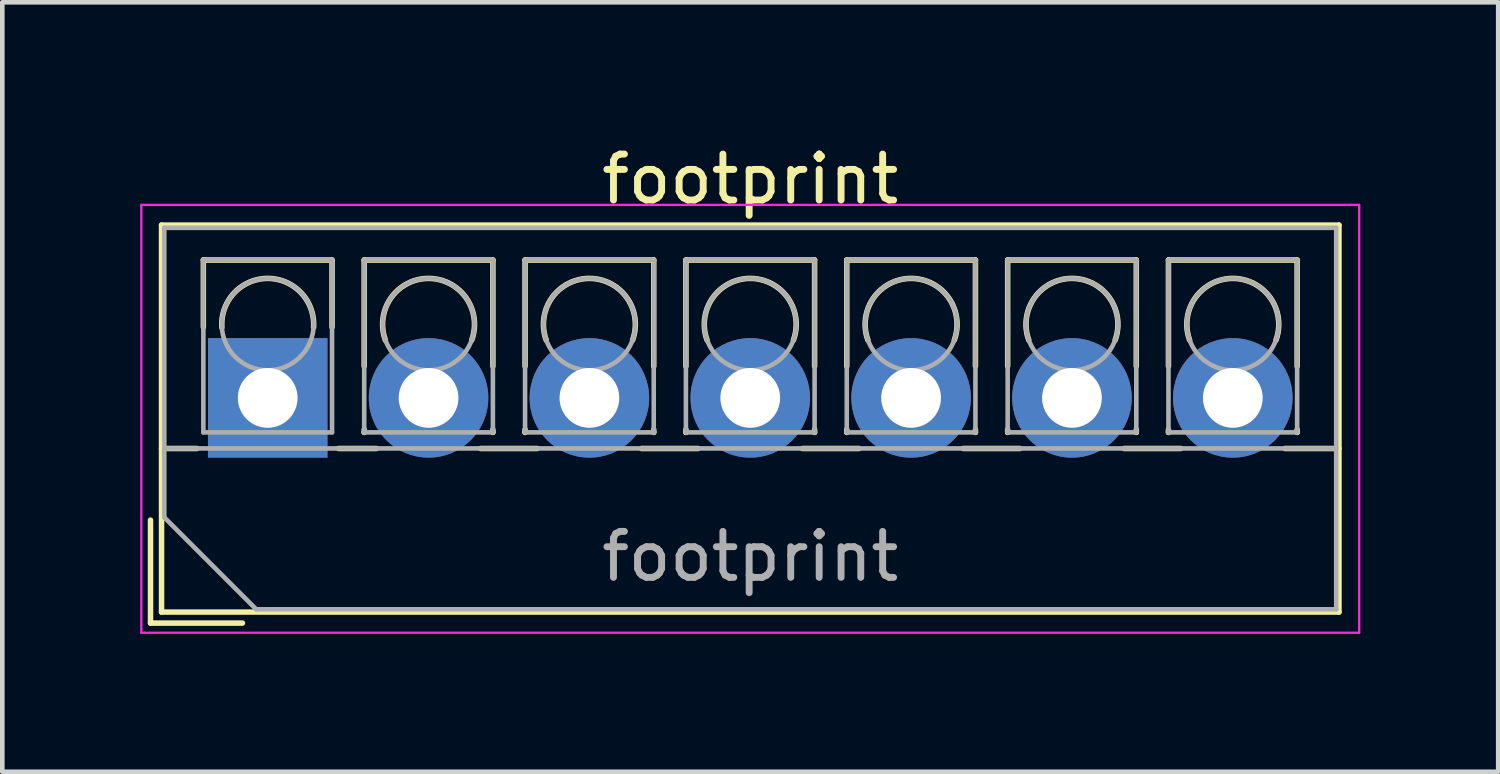
<source format=kicad_pcb>
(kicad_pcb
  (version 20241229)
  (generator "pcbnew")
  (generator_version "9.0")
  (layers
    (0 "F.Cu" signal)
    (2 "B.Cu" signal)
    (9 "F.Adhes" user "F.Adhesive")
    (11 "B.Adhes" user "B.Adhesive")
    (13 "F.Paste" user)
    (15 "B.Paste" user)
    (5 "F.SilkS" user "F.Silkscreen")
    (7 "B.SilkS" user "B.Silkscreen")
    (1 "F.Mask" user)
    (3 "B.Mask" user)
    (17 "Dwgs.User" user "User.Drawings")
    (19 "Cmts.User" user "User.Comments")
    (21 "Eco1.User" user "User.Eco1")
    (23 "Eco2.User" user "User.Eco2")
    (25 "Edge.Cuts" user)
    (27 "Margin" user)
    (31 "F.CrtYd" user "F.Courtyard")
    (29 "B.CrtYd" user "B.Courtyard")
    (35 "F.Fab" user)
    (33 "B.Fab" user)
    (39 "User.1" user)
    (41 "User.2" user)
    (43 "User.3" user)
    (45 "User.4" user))
  (footprint "footprint"
    (layer "F.Cu")
    (at 2.775 5.608)
    (property "Reference" "footprint" (at 10.5 -4.76 0) (layer "F.SilkS") (effects (font (size 1 1) (thickness 0.15))))
    (attr through_hole)
    (fp_line (start -2.55 2.66) (end -2.55 4.9) (stroke (width 0.12) (type solid)) (layer "F.SilkS"))
    (fp_line (start -2.55 4.9) (end -0.55 4.9) (stroke (width 0.12) (type solid)) (layer "F.SilkS"))
    (fp_line (start -2.31 -3.76) (end -2.31 4.66) (stroke (width 0.12) (type solid)) (layer "F.SilkS"))
    (fp_line (start -2.31 -3.76) (end 23.31 -3.76) (stroke (width 0.12) (type solid)) (layer "F.SilkS"))
    (fp_line (start -2.31 1.101) (end -1.54 1.101) (stroke (width 0.12) (type solid)) (layer "F.SilkS"))
    (fp_line (start -2.31 4.66) (end 23.31 4.66) (stroke (width 0.12) (type solid)) (layer "F.SilkS"))
    (fp_line (start -1.4 -3) (end -1.4 -1.54) (stroke (width 0.12) (type solid)) (layer "F.SilkS"))
    (fp_line (start -1.4 -3) (end 1.4 -3) (stroke (width 0.12) (type solid)) (layer "F.SilkS"))
    (fp_line (start 1.4 -3) (end 1.4 -1.54) (stroke (width 0.12) (type solid)) (layer "F.SilkS"))
    (fp_line (start 1.54 1.101) (end 2.367 1.101) (stroke (width 0.12) (type solid)) (layer "F.SilkS"))
    (fp_line (start 2.1 -3) (end 2.1 -0.689) (stroke (width 0.12) (type solid)) (layer "F.SilkS"))
    (fp_line (start 2.1 -3) (end 4.9 -3) (stroke (width 0.12) (type solid)) (layer "F.SilkS"))
    (fp_line (start 2.1 0.689) (end 2.1 0.75) (stroke (width 0.12) (type solid)) (layer "F.SilkS"))
    (fp_line (start 2.1 0.75) (end 2.101 0.75) (stroke (width 0.12) (type solid)) (layer "F.SilkS"))
    (fp_line (start 4.634 1.101) (end 5.867 1.101) (stroke (width 0.12) (type solid)) (layer "F.SilkS"))
    (fp_line (start 4.9 -3) (end 4.9 -0.689) (stroke (width 0.12) (type solid)) (layer "F.SilkS"))
    (fp_line (start 4.9 0.689) (end 4.9 0.75) (stroke (width 0.12) (type solid)) (layer "F.SilkS"))
    (fp_line (start 4.9 0.75) (end 4.9 0.75) (stroke (width 0.12) (type solid)) (layer "F.SilkS"))
    (fp_line (start 5.6 -3) (end 5.6 -0.689) (stroke (width 0.12) (type solid)) (layer "F.SilkS"))
    (fp_line (start 5.6 -3) (end 8.4 -3) (stroke (width 0.12) (type solid)) (layer "F.SilkS"))
    (fp_line (start 5.6 0.689) (end 5.6 0.75) (stroke (width 0.12) (type solid)) (layer "F.SilkS"))
    (fp_line (start 5.6 0.75) (end 5.601 0.75) (stroke (width 0.12) (type solid)) (layer "F.SilkS"))
    (fp_line (start 8.134 1.101) (end 9.367 1.101) (stroke (width 0.12) (type solid)) (layer "F.SilkS"))
    (fp_line (start 8.4 -3) (end 8.4 -0.689) (stroke (width 0.12) (type solid)) (layer "F.SilkS"))
    (fp_line (start 8.4 0.689) (end 8.4 0.75) (stroke (width 0.12) (type solid)) (layer "F.SilkS"))
    (fp_line (start 8.4 0.75) (end 8.4 0.75) (stroke (width 0.12) (type solid)) (layer "F.SilkS"))
    (fp_line (start 9.1 -3) (end 9.1 -0.689) (stroke (width 0.12) (type solid)) (layer "F.SilkS"))
    (fp_line (start 9.1 -3) (end 11.9 -3) (stroke (width 0.12) (type solid)) (layer "F.SilkS"))
    (fp_line (start 9.1 0.689) (end 9.1 0.75) (stroke (width 0.12) (type solid)) (layer "F.SilkS"))
    (fp_line (start 9.1 0.75) (end 9.101 0.75) (stroke (width 0.12) (type solid)) (layer "F.SilkS"))
    (fp_line (start 11.634 1.101) (end 12.867 1.101) (stroke (width 0.12) (type solid)) (layer "F.SilkS"))
    (fp_line (start 11.9 -3) (end 11.9 -0.689) (stroke (width 0.12) (type solid)) (layer "F.SilkS"))
    (fp_line (start 11.9 0.689) (end 11.9 0.75) (stroke (width 0.12) (type solid)) (layer "F.SilkS"))
    (fp_line (start 11.9 0.75) (end 11.9 0.75) (stroke (width 0.12) (type solid)) (layer "F.SilkS"))
    (fp_line (start 12.6 -3) (end 12.6 -0.689) (stroke (width 0.12) (type solid)) (layer "F.SilkS"))
    (fp_line (start 12.6 -3) (end 15.4 -3) (stroke (width 0.12) (type solid)) (layer "F.SilkS"))
    (fp_line (start 12.6 0.689) (end 12.6 0.75) (stroke (width 0.12) (type solid)) (layer "F.SilkS"))
    (fp_line (start 12.6 0.75) (end 12.601 0.75) (stroke (width 0.12) (type solid)) (layer "F.SilkS"))
    (fp_line (start 15.134 1.101) (end 16.367 1.101) (stroke (width 0.12) (type solid)) (layer "F.SilkS"))
    (fp_line (start 15.4 -3) (end 15.4 -0.689) (stroke (width 0.12) (type solid)) (layer "F.SilkS"))
    (fp_line (start 15.4 0.689) (end 15.4 0.75) (stroke (width 0.12) (type solid)) (layer "F.SilkS"))
    (fp_line (start 15.4 0.75) (end 15.4 0.75) (stroke (width 0.12) (type solid)) (layer "F.SilkS"))
    (fp_line (start 16.101 -3) (end 16.101 -0.689) (stroke (width 0.12) (type solid)) (layer "F.SilkS"))
    (fp_line (start 16.101 -3) (end 18.9 -3) (stroke (width 0.12) (type solid)) (layer "F.SilkS"))
    (fp_line (start 16.101 0.689) (end 16.101 0.75) (stroke (width 0.12) (type solid)) (layer "F.SilkS"))
    (fp_line (start 16.101 0.75) (end 16.101 0.75) (stroke (width 0.12) (type solid)) (layer "F.SilkS"))
    (fp_line (start 18.634 1.101) (end 19.867 1.101) (stroke (width 0.12) (type solid)) (layer "F.SilkS"))
    (fp_line (start 18.9 -3) (end 18.9 -0.689) (stroke (width 0.12) (type solid)) (layer "F.SilkS"))
    (fp_line (start 18.9 0.689) (end 18.9 0.75) (stroke (width 0.12) (type solid)) (layer "F.SilkS"))
    (fp_line (start 18.9 0.75) (end 18.9 0.75) (stroke (width 0.12) (type solid)) (layer "F.SilkS"))
    (fp_line (start 19.6 -3) (end 19.6 -0.689) (stroke (width 0.12) (type solid)) (layer "F.SilkS"))
    (fp_line (start 19.6 -3) (end 22.4 -3) (stroke (width 0.12) (type solid)) (layer "F.SilkS"))
    (fp_line (start 19.6 0.689) (end 19.6 0.75) (stroke (width 0.12) (type solid)) (layer "F.SilkS"))
    (fp_line (start 19.6 0.75) (end 19.601 0.75) (stroke (width 0.12) (type solid)) (layer "F.SilkS"))
    (fp_line (start 22.134 1.101) (end 23.31 1.101) (stroke (width 0.12) (type solid)) (layer "F.SilkS"))
    (fp_line (start 22.4 -3) (end 22.4 -0.689) (stroke (width 0.12) (type solid)) (layer "F.SilkS"))
    (fp_line (start 22.4 0.689) (end 22.4 0.75) (stroke (width 0.12) (type solid)) (layer "F.SilkS"))
    (fp_line (start 22.4 0.75) (end 22.4 0.75) (stroke (width 0.12) (type solid)) (layer "F.SilkS"))
    (fp_line (start 23.31 -3.76) (end 23.31 4.66) (stroke (width 0.12) (type solid)) (layer "F.SilkS"))
    (fp_arc (start -0.99789 -1.529434) (mid -0.000785 -2.600382) (end 0.998 -1.531) (stroke (width 0.12) (type solid)) (layer "F.SilkS"))
    (fp_arc (start 2.560085 -1.257767) (mid 3.499876 -2.600282) (end 4.44 -1.258) (stroke (width 0.12) (type solid)) (layer "F.SilkS"))
    (fp_arc (start 6.060085 -1.257767) (mid 6.999876 -2.600282) (end 7.94 -1.258) (stroke (width 0.12) (type solid)) (layer "F.SilkS"))
    (fp_arc (start 9.560085 -1.257767) (mid 10.499876 -2.600282) (end 11.44 -1.258) (stroke (width 0.12) (type solid)) (layer "F.SilkS"))
    (fp_arc (start 13.060085 -1.257767) (mid 13.999876 -2.600282) (end 14.94 -1.258) (stroke (width 0.12) (type solid)) (layer "F.SilkS"))
    (fp_arc (start 16.560085 -1.257767) (mid 17.499876 -2.600282) (end 18.44 -1.258) (stroke (width 0.12) (type solid)) (layer "F.SilkS"))
    (fp_arc (start 20.060085 -1.257767) (mid 20.999876 -2.600282) (end 21.94 -1.258) (stroke (width 0.12) (type solid)) (layer "F.SilkS"))
    (fp_line (start -2.75 -4.2) (end -2.75 5.11) (stroke (width 0.05) (type solid)) (layer "F.CrtYd"))
    (fp_line (start -2.75 5.11) (end 23.75 5.11) (stroke (width 0.05) (type solid)) (layer "F.CrtYd"))
    (fp_line (start 23.75 -4.2) (end -2.75 -4.2) (stroke (width 0.05) (type solid)) (layer "F.CrtYd"))
    (fp_line (start 23.75 5.11) (end 23.75 -4.2) (stroke (width 0.05) (type solid)) (layer "F.CrtYd"))
    (fp_line (start -2.25 -3.7) (end 23.25 -3.7) (stroke (width 0.1) (type solid)) (layer "F.Fab"))
    (fp_line (start -2.25 1.1) (end 23.25 1.1) (stroke (width 0.1) (type solid)) (layer "F.Fab"))
    (fp_line (start -2.25 2.6) (end -2.25 -3.7) (stroke (width 0.1) (type solid)) (layer "F.Fab"))
    (fp_line (start -1.4 -3) (end -1.4 0.75) (stroke (width 0.1) (type solid)) (layer "F.Fab"))
    (fp_line (start -1.4 0.75) (end 1.4 0.75) (stroke (width 0.1) (type solid)) (layer "F.Fab"))
    (fp_line (start -0.25 4.6) (end -2.25 2.6) (stroke (width 0.1) (type solid)) (layer "F.Fab"))
    (fp_line (start 1.4 -3) (end -1.4 -3) (stroke (width 0.1) (type solid)) (layer "F.Fab"))
    (fp_line (start 1.4 0.75) (end 1.4 -3) (stroke (width 0.1) (type solid)) (layer "F.Fab"))
    (fp_line (start 2.1 -3) (end 2.1 0.75) (stroke (width 0.1) (type solid)) (layer "F.Fab"))
    (fp_line (start 2.1 0.75) (end 4.9 0.75) (stroke (width 0.1) (type solid)) (layer "F.Fab"))
    (fp_line (start 4.9 -3) (end 2.1 -3) (stroke (width 0.1) (type solid)) (layer "F.Fab"))
    (fp_line (start 4.9 0.75) (end 4.9 -3) (stroke (width 0.1) (type solid)) (layer "F.Fab"))
    (fp_line (start 5.6 -3) (end 5.6 0.75) (stroke (width 0.1) (type solid)) (layer "F.Fab"))
    (fp_line (start 5.6 0.75) (end 8.4 0.75) (stroke (width 0.1) (type solid)) (layer "F.Fab"))
    (fp_line (start 8.4 -3) (end 5.6 -3) (stroke (width 0.1) (type solid)) (layer "F.Fab"))
    (fp_line (start 8.4 0.75) (end 8.4 -3) (stroke (width 0.1) (type solid)) (layer "F.Fab"))
    (fp_line (start 9.1 -3) (end 9.1 0.75) (stroke (width 0.1) (type solid)) (layer "F.Fab"))
    (fp_line (start 9.1 0.75) (end 11.9 0.75) (stroke (width 0.1) (type solid)) (layer "F.Fab"))
    (fp_line (start 11.9 -3) (end 9.1 -3) (stroke (width 0.1) (type solid)) (layer "F.Fab"))
    (fp_line (start 11.9 0.75) (end 11.9 -3) (stroke (width 0.1) (type solid)) (layer "F.Fab"))
    (fp_line (start 12.6 -3) (end 12.6 0.75) (stroke (width 0.1) (type solid)) (layer "F.Fab"))
    (fp_line (start 12.6 0.75) (end 15.4 0.75) (stroke (width 0.1) (type solid)) (layer "F.Fab"))
    (fp_line (start 15.4 -3) (end 12.6 -3) (stroke (width 0.1) (type solid)) (layer "F.Fab"))
    (fp_line (start 15.4 0.75) (end 15.4 -3) (stroke (width 0.1) (type solid)) (layer "F.Fab"))
    (fp_line (start 16.101 -3) (end 16.101 0.75) (stroke (width 0.1) (type solid)) (layer "F.Fab"))
    (fp_line (start 16.101 0.75) (end 18.9 0.75) (stroke (width 0.1) (type solid)) (layer "F.Fab"))
    (fp_line (start 18.9 -3) (end 16.101 -3) (stroke (width 0.1) (type solid)) (layer "F.Fab"))
    (fp_line (start 18.9 0.75) (end 18.9 -3) (stroke (width 0.1) (type solid)) (layer "F.Fab"))
    (fp_line (start 19.6 -3) (end 19.6 0.75) (stroke (width 0.1) (type solid)) (layer "F.Fab"))
    (fp_line (start 19.6 0.75) (end 22.4 0.75) (stroke (width 0.1) (type solid)) (layer "F.Fab"))
    (fp_line (start 22.4 -3) (end 19.6 -3) (stroke (width 0.1) (type solid)) (layer "F.Fab"))
    (fp_line (start 22.4 0.75) (end 22.4 -3) (stroke (width 0.1) (type solid)) (layer "F.Fab"))
    (fp_line (start 23.25 -3.7) (end 23.25 4.6) (stroke (width 0.1) (type solid)) (layer "F.Fab"))
    (fp_line (start 23.25 4.6) (end -0.25 4.6) (stroke (width 0.1) (type solid)) (layer "F.Fab"))
    (fp_circle (center 0 -1.6) (end 1 -1.6) (stroke (width 0.1) (type solid)) (fill no) (layer "F.Fab"))
    (fp_circle (center 3.5 -1.6) (end 4.5 -1.6) (stroke (width 0.1) (type solid)) (fill no) (layer "F.Fab"))
    (fp_circle (center 7 -1.6) (end 8 -1.6) (stroke (width 0.1) (type solid)) (fill no) (layer "F.Fab"))
    (fp_circle (center 10.5 -1.6) (end 11.5 -1.6) (stroke (width 0.1) (type solid)) (fill no) (layer "F.Fab"))
    (fp_circle (center 14 -1.6) (end 15 -1.6) (stroke (width 0.1) (type solid)) (fill no) (layer "F.Fab"))
    (fp_circle (center 17.5 -1.6) (end 18.5 -1.6) (stroke (width 0.1) (type solid)) (fill no) (layer "F.Fab"))
    (fp_circle (center 21 -1.6) (end 22 -1.6) (stroke (width 0.1) (type solid)) (fill no) (layer "F.Fab"))
    (fp_text user "${REFERENCE}" (at 10.5 3.45 0) (layer "F.Fab") (effects (font (size 1 1) (thickness 0.15))))
    (pad "1" thru_hole rect (at 0 0) (size 2.6 2.6) (drill 1.3) (layers "*.Cu" "*.Mask"))
    (pad "2" thru_hole circle (at 3.5 0) (size 2.6 2.6) (drill 1.3) (layers "*.Cu" "*.Mask"))
    (pad "3" thru_hole circle (at 7 0) (size 2.6 2.6) (drill 1.3) (layers "*.Cu" "*.Mask"))
    (pad "4" thru_hole circle (at 10.5 0) (size 2.6 2.6) (drill 1.3) (layers "*.Cu" "*.Mask"))
    (pad "5" thru_hole circle (at 14 0) (size 2.6 2.6) (drill 1.3) (layers "*.Cu" "*.Mask"))
    (pad "6" thru_hole circle (at 17.5 0) (size 2.6 2.6) (drill 1.3) (layers "*.Cu" "*.Mask"))
    (pad "7" thru_hole circle (at 21 0) (size 2.6 2.6) (drill 1.3) (layers "*.Cu" "*.Mask")))
  (gr_rect
    (start -3 -3)
    (end 29.55 13.743)
    (stroke (width 0.1) (type default))
    (fill no)
    (layer "Edge.Cuts")))
</source>
